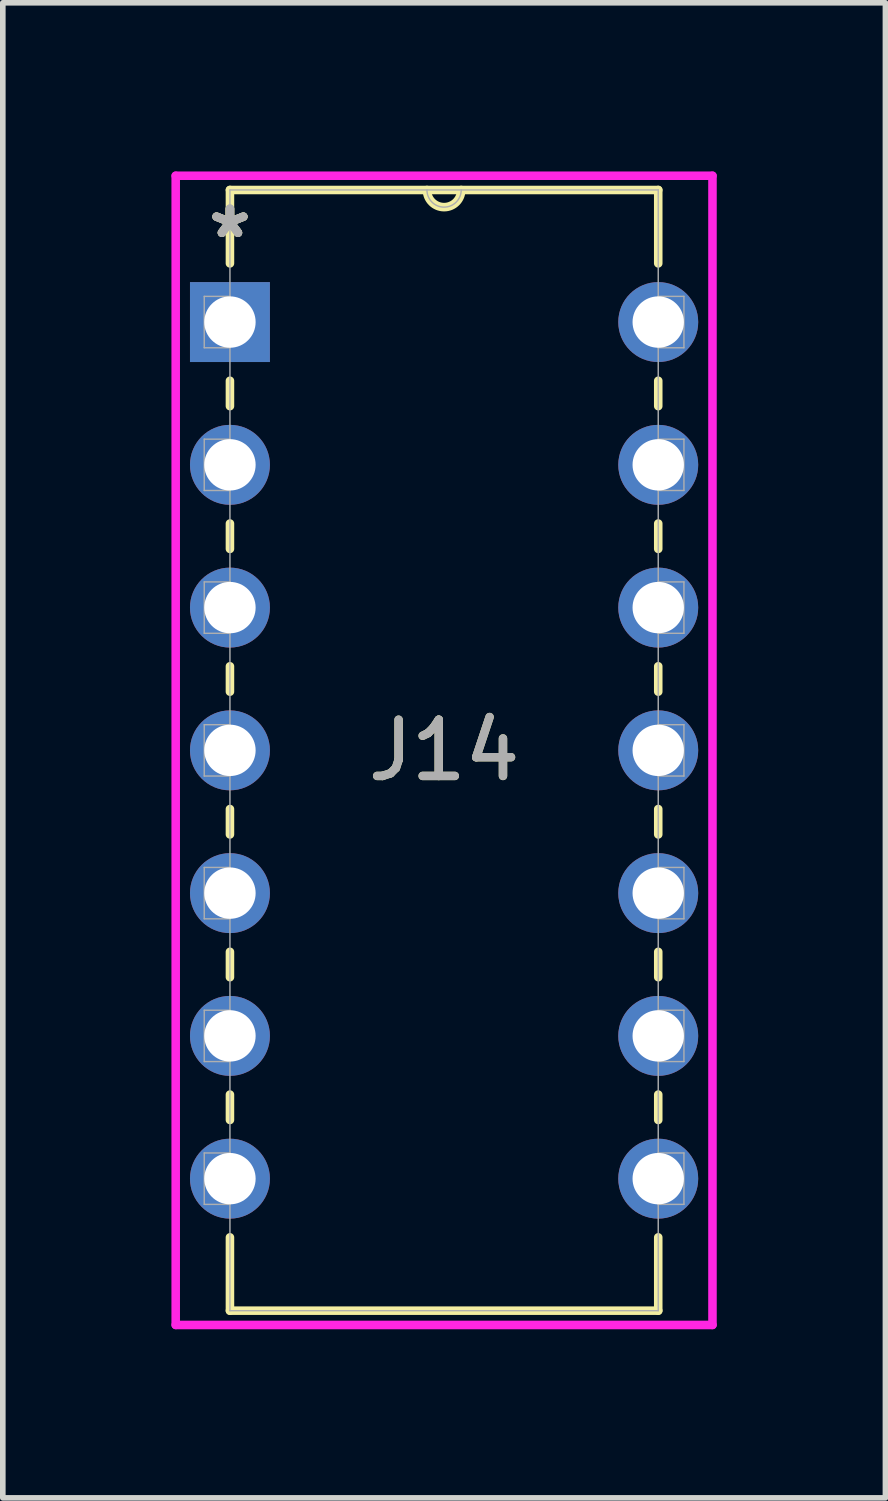
<source format=kicad_pcb>
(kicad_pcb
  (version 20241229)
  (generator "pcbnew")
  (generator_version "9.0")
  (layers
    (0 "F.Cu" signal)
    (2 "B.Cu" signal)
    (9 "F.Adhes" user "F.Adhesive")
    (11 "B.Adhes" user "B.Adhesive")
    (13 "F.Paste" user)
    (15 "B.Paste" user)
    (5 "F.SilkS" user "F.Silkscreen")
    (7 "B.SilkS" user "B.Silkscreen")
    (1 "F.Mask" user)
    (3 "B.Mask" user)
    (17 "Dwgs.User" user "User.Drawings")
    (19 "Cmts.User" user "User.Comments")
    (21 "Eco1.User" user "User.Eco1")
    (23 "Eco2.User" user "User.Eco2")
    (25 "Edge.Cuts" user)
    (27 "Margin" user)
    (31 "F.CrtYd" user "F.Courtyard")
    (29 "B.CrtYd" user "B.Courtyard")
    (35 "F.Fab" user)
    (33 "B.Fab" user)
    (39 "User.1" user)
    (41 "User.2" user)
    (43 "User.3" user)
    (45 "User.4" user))
  (footprint "J14"
    (layer "F.Cu")
    (at 8.661 17.92)
    (property "Reference" "J14" (at -3.81 -7.62 0) (unlocked yes) (layer "F.SilkS") (effects (font (size 1 1) (thickness 0.15))))
    (attr through_hole)
    (fp_line (start -7.62 -17.59) (end -7.62 -16.284) (stroke (width 0.152) (type solid)) (layer "F.SilkS"))
    (fp_line (start -7.62 -14.196) (end -7.62 -13.744) (stroke (width 0.152) (type solid)) (layer "F.SilkS"))
    (fp_line (start -7.62 -11.656) (end -7.62 -11.204) (stroke (width 0.152) (type solid)) (layer "F.SilkS"))
    (fp_line (start -7.62 -9.116) (end -7.62 -8.664) (stroke (width 0.152) (type solid)) (layer "F.SilkS"))
    (fp_line (start -7.62 -6.576) (end -7.62 -6.124) (stroke (width 0.152) (type solid)) (layer "F.SilkS"))
    (fp_line (start -7.62 -4.036) (end -7.62 -3.584) (stroke (width 0.152) (type solid)) (layer "F.SilkS"))
    (fp_line (start -7.62 -1.496) (end -7.62 -1.044) (stroke (width 0.152) (type solid)) (layer "F.SilkS"))
    (fp_line (start -7.62 1.044) (end -7.62 2.349) (stroke (width 0.152) (type solid)) (layer "F.SilkS"))
    (fp_line (start -7.62 2.349) (end 0 2.349) (stroke (width 0.152) (type solid)) (layer "F.SilkS"))
    (fp_line (start 0 -17.59) (end -7.62 -17.59) (stroke (width 0.152) (type solid)) (layer "F.SilkS"))
    (fp_line (start 0 -16.284) (end 0 -17.59) (stroke (width 0.152) (type solid)) (layer "F.SilkS"))
    (fp_line (start 0 -13.744) (end 0 -14.196) (stroke (width 0.152) (type solid)) (layer "F.SilkS"))
    (fp_line (start 0 -11.204) (end 0 -11.656) (stroke (width 0.152) (type solid)) (layer "F.SilkS"))
    (fp_line (start 0 -8.664) (end 0 -9.116) (stroke (width 0.152) (type solid)) (layer "F.SilkS"))
    (fp_line (start 0 -6.124) (end 0 -6.576) (stroke (width 0.152) (type solid)) (layer "F.SilkS"))
    (fp_line (start 0 -3.584) (end 0 -4.036) (stroke (width 0.152) (type solid)) (layer "F.SilkS"))
    (fp_line (start 0 -1.044) (end 0 -1.496) (stroke (width 0.152) (type solid)) (layer "F.SilkS"))
    (fp_line (start 0 2.349) (end 0 1.044) (stroke (width 0.152) (type solid)) (layer "F.SilkS"))
    (fp_arc (start -3.5052 -17.5895) (mid -3.81 -17.2847) (end -4.1148 -17.5895) (stroke (width 0.1524) (type solid)) (layer "F.SilkS"))
    (fp_line (start -8.585 -17.843) (end -8.585 2.603) (stroke (width 0.152) (type solid)) (layer "F.CrtYd"))
    (fp_line (start -8.585 2.603) (end 0.965 2.603) (stroke (width 0.152) (type solid)) (layer "F.CrtYd"))
    (fp_line (start 0.965 -17.843) (end -8.585 -17.843) (stroke (width 0.152) (type solid)) (layer "F.CrtYd"))
    (fp_line (start 0.965 2.603) (end 0.965 -17.843) (stroke (width 0.152) (type solid)) (layer "F.CrtYd"))
    (fp_line (start -8.077 -15.697) (end -8.077 -14.783) (stroke (width 0.025) (type solid)) (layer "F.Fab"))
    (fp_line (start -8.077 -14.783) (end -7.62 -14.783) (stroke (width 0.025) (type solid)) (layer "F.Fab"))
    (fp_line (start -8.077 -13.157) (end -8.077 -12.243) (stroke (width 0.025) (type solid)) (layer "F.Fab"))
    (fp_line (start -8.077 -12.243) (end -7.62 -12.243) (stroke (width 0.025) (type solid)) (layer "F.Fab"))
    (fp_line (start -8.077 -10.617) (end -8.077 -9.703) (stroke (width 0.025) (type solid)) (layer "F.Fab"))
    (fp_line (start -8.077 -9.703) (end -7.62 -9.703) (stroke (width 0.025) (type solid)) (layer "F.Fab"))
    (fp_line (start -8.077 -8.077) (end -8.077 -7.163) (stroke (width 0.025) (type solid)) (layer "F.Fab"))
    (fp_line (start -8.077 -7.163) (end -7.62 -7.163) (stroke (width 0.025) (type solid)) (layer "F.Fab"))
    (fp_line (start -8.077 -5.537) (end -8.077 -4.623) (stroke (width 0.025) (type solid)) (layer "F.Fab"))
    (fp_line (start -8.077 -4.623) (end -7.62 -4.623) (stroke (width 0.025) (type solid)) (layer "F.Fab"))
    (fp_line (start -8.077 -2.997) (end -8.077 -2.083) (stroke (width 0.025) (type solid)) (layer "F.Fab"))
    (fp_line (start -8.077 -2.083) (end -7.62 -2.083) (stroke (width 0.025) (type solid)) (layer "F.Fab"))
    (fp_line (start -8.077 -0.457) (end -8.077 0.457) (stroke (width 0.025) (type solid)) (layer "F.Fab"))
    (fp_line (start -8.077 0.457) (end -7.62 0.457) (stroke (width 0.025) (type solid)) (layer "F.Fab"))
    (fp_line (start -7.62 -17.59) (end -7.62 2.349) (stroke (width 0.025) (type solid)) (layer "F.Fab"))
    (fp_line (start -7.62 -15.697) (end -8.077 -15.697) (stroke (width 0.025) (type solid)) (layer "F.Fab"))
    (fp_line (start -7.62 -14.783) (end -7.62 -15.697) (stroke (width 0.025) (type solid)) (layer "F.Fab"))
    (fp_line (start -7.62 -13.157) (end -8.077 -13.157) (stroke (width 0.025) (type solid)) (layer "F.Fab"))
    (fp_line (start -7.62 -12.243) (end -7.62 -13.157) (stroke (width 0.025) (type solid)) (layer "F.Fab"))
    (fp_line (start -7.62 -10.617) (end -8.077 -10.617) (stroke (width 0.025) (type solid)) (layer "F.Fab"))
    (fp_line (start -7.62 -9.703) (end -7.62 -10.617) (stroke (width 0.025) (type solid)) (layer "F.Fab"))
    (fp_line (start -7.62 -8.077) (end -8.077 -8.077) (stroke (width 0.025) (type solid)) (layer "F.Fab"))
    (fp_line (start -7.62 -7.163) (end -7.62 -8.077) (stroke (width 0.025) (type solid)) (layer "F.Fab"))
    (fp_line (start -7.62 -5.537) (end -8.077 -5.537) (stroke (width 0.025) (type solid)) (layer "F.Fab"))
    (fp_line (start -7.62 -4.623) (end -7.62 -5.537) (stroke (width 0.025) (type solid)) (layer "F.Fab"))
    (fp_line (start -7.62 -2.997) (end -8.077 -2.997) (stroke (width 0.025) (type solid)) (layer "F.Fab"))
    (fp_line (start -7.62 -2.083) (end -7.62 -2.997) (stroke (width 0.025) (type solid)) (layer "F.Fab"))
    (fp_line (start -7.62 -0.457) (end -8.077 -0.457) (stroke (width 0.025) (type solid)) (layer "F.Fab"))
    (fp_line (start -7.62 0.457) (end -7.62 -0.457) (stroke (width 0.025) (type solid)) (layer "F.Fab"))
    (fp_line (start -7.62 2.349) (end 0 2.349) (stroke (width 0.025) (type solid)) (layer "F.Fab"))
    (fp_line (start 0 -17.59) (end -7.62 -17.59) (stroke (width 0.025) (type solid)) (layer "F.Fab"))
    (fp_line (start 0 -15.697) (end 0 -14.783) (stroke (width 0.025) (type solid)) (layer "F.Fab"))
    (fp_line (start 0 -14.783) (end 0.457 -14.783) (stroke (width 0.025) (type solid)) (layer "F.Fab"))
    (fp_line (start 0 -13.157) (end 0 -12.243) (stroke (width 0.025) (type solid)) (layer "F.Fab"))
    (fp_line (start 0 -12.243) (end 0.457 -12.243) (stroke (width 0.025) (type solid)) (layer "F.Fab"))
    (fp_line (start 0 -10.617) (end 0 -9.703) (stroke (width 0.025) (type solid)) (layer "F.Fab"))
    (fp_line (start 0 -9.703) (end 0.457 -9.703) (stroke (width 0.025) (type solid)) (layer "F.Fab"))
    (fp_line (start 0 -8.077) (end 0 -7.163) (stroke (width 0.025) (type solid)) (layer "F.Fab"))
    (fp_line (start 0 -7.163) (end 0.457 -7.163) (stroke (width 0.025) (type solid)) (layer "F.Fab"))
    (fp_line (start 0 -5.537) (end 0 -4.623) (stroke (width 0.025) (type solid)) (layer "F.Fab"))
    (fp_line (start 0 -4.623) (end 0.457 -4.623) (stroke (width 0.025) (type solid)) (layer "F.Fab"))
    (fp_line (start 0 -2.997) (end 0 -2.083) (stroke (width 0.025) (type solid)) (layer "F.Fab"))
    (fp_line (start 0 -2.083) (end 0.457 -2.083) (stroke (width 0.025) (type solid)) (layer "F.Fab"))
    (fp_line (start 0 -0.457) (end 0 0.457) (stroke (width 0.025) (type solid)) (layer "F.Fab"))
    (fp_line (start 0 0.457) (end 0.457 0.457) (stroke (width 0.025) (type solid)) (layer "F.Fab"))
    (fp_line (start 0 2.349) (end 0 -17.59) (stroke (width 0.025) (type solid)) (layer "F.Fab"))
    (fp_line (start 0.457 -15.697) (end 0 -15.697) (stroke (width 0.025) (type solid)) (layer "F.Fab"))
    (fp_line (start 0.457 -14.783) (end 0.457 -15.697) (stroke (width 0.025) (type solid)) (layer "F.Fab"))
    (fp_line (start 0.457 -13.157) (end 0 -13.157) (stroke (width 0.025) (type solid)) (layer "F.Fab"))
    (fp_line (start 0.457 -12.243) (end 0.457 -13.157) (stroke (width 0.025) (type solid)) (layer "F.Fab"))
    (fp_line (start 0.457 -10.617) (end 0 -10.617) (stroke (width 0.025) (type solid)) (layer "F.Fab"))
    (fp_line (start 0.457 -9.703) (end 0.457 -10.617) (stroke (width 0.025) (type solid)) (layer "F.Fab"))
    (fp_line (start 0.457 -8.077) (end 0 -8.077) (stroke (width 0.025) (type solid)) (layer "F.Fab"))
    (fp_line (start 0.457 -7.163) (end 0.457 -8.077) (stroke (width 0.025) (type solid)) (layer "F.Fab"))
    (fp_line (start 0.457 -5.537) (end 0 -5.537) (stroke (width 0.025) (type solid)) (layer "F.Fab"))
    (fp_line (start 0.457 -4.623) (end 0.457 -5.537) (stroke (width 0.025) (type solid)) (layer "F.Fab"))
    (fp_line (start 0.457 -2.997) (end 0 -2.997) (stroke (width 0.025) (type solid)) (layer "F.Fab"))
    (fp_line (start 0.457 -2.083) (end 0.457 -2.997) (stroke (width 0.025) (type solid)) (layer "F.Fab"))
    (fp_line (start 0.457 -0.457) (end 0 -0.457) (stroke (width 0.025) (type solid)) (layer "F.Fab"))
    (fp_line (start 0.457 0.457) (end 0.457 -0.457) (stroke (width 0.025) (type solid)) (layer "F.Fab"))
    (fp_arc (start -3.5052 -17.5895) (mid -3.81 -17.2847) (end -4.1148 -17.5895) (stroke (width 0.0254) (type solid)) (layer "F.Fab"))
    (fp_text user "*" (at -7.62 -16.713 0) (unlocked yes) (layer "F.SilkS") (effects (font (size 1 1) (thickness 0.15))))
    (fp_text user "*" (at -7.62 -16.713 0) (layer "F.SilkS") (effects (font (size 1 1) (thickness 0.15))))
    (fp_text user "*" (at -7.62 -16.713 0) (unlocked yes) (layer "F.Fab") (effects (font (size 1 1) (thickness 0.15))))
    (fp_text user "${REFERENCE}" (at -3.81 -7.62 0) (unlocked yes) (layer "F.Fab") (effects (font (size 1 1) (thickness 0.15))))
    (fp_text user "*" (at -7.62 -16.713 0) (layer "F.Fab") (effects (font (size 1 1) (thickness 0.15))))
    (pad "1" thru_hole rect (at -7.62 -15.24) (size 1.422 1.422) (drill 0.914) (layers "*.Cu" "*.Mask"))
    (pad "2" thru_hole circle (at -7.62 -12.7) (size 1.422 1.422) (drill 0.914) (layers "*.Cu" "*.Mask"))
    (pad "3" thru_hole circle (at -7.62 -10.16) (size 1.422 1.422) (drill 0.914) (layers "*.Cu" "*.Mask"))
    (pad "4" thru_hole circle (at -7.62 -7.62) (size 1.422 1.422) (drill 0.914) (layers "*.Cu" "*.Mask"))
    (pad "5" thru_hole circle (at -7.62 -5.08) (size 1.422 1.422) (drill 0.914) (layers "*.Cu" "*.Mask"))
    (pad "6" thru_hole circle (at -7.62 -2.54) (size 1.422 1.422) (drill 0.914) (layers "*.Cu" "*.Mask"))
    (pad "7" thru_hole circle (at -7.62 0) (size 1.422 1.422) (drill 0.914) (layers "*.Cu" "*.Mask"))
    (pad "8" thru_hole circle (at 0 0) (size 1.422 1.422) (drill 0.914) (layers "*.Cu" "*.Mask"))
    (pad "9" thru_hole circle (at 0 -2.54) (size 1.422 1.422) (drill 0.914) (layers "*.Cu" "*.Mask"))
    (pad "10" thru_hole circle (at 0 -5.08) (size 1.422 1.422) (drill 0.914) (layers "*.Cu" "*.Mask"))
    (pad "11" thru_hole circle (at 0 -7.62) (size 1.422 1.422) (drill 0.914) (layers "*.Cu" "*.Mask"))
    (pad "12" thru_hole circle (at 0 -10.16) (size 1.422 1.422) (drill 0.914) (layers "*.Cu" "*.Mask"))
    (pad "13" thru_hole circle (at 0 -12.7) (size 1.422 1.422) (drill 0.914) (layers "*.Cu" "*.Mask"))
    (pad "14" thru_hole circle (at 0 -15.24) (size 1.422 1.422) (drill 0.914) (layers "*.Cu" "*.Mask")))
  (gr_rect
    (start -3 -3)
    (end 12.703 23.599)
    (stroke (width 0.1) (type default))
    (fill no)
    (layer "Edge.Cuts")))
</source>
